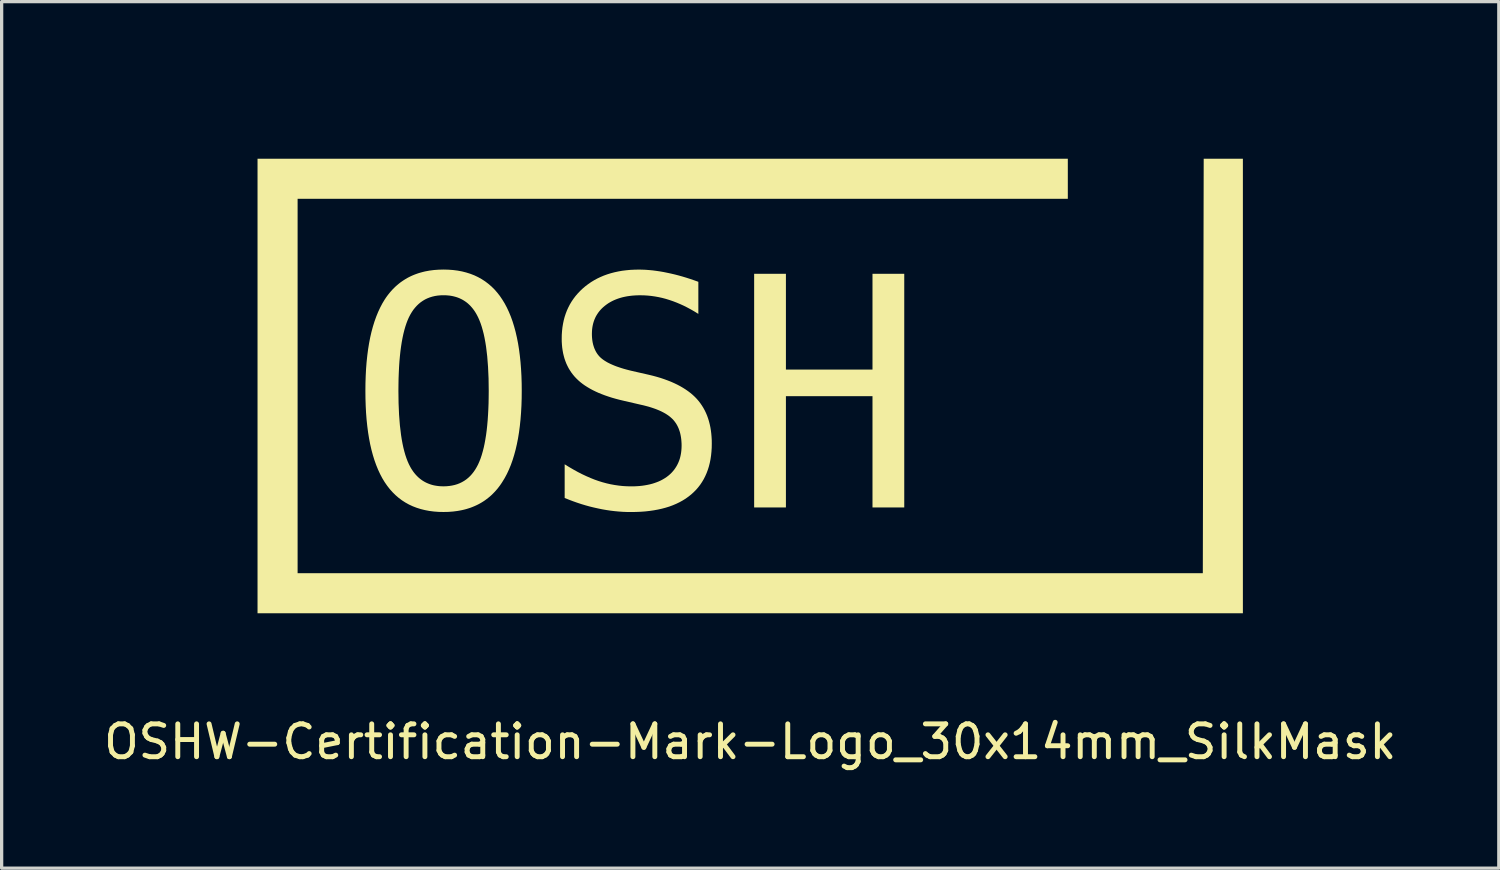
<source format=kicad_pcb>
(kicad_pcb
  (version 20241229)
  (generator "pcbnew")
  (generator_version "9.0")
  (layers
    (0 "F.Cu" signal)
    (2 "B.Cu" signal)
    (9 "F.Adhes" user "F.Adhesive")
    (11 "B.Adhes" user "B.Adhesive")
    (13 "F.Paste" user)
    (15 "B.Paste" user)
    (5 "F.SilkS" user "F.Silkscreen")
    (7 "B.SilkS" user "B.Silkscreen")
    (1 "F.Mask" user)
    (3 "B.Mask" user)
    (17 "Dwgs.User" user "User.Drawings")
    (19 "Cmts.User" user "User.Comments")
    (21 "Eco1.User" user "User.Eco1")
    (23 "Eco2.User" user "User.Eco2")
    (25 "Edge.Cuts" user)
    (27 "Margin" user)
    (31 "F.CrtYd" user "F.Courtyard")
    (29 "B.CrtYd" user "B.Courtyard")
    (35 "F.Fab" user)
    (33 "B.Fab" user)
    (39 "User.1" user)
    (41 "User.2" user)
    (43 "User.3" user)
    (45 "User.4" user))
  (footprint "OSHW-Certification-Mark-Logo_30x14mm_SilkMask"
    (layer "F.Cu")
    (at 19.791 7.778)
    (property "Reference" "OSHW-Certification-Mark-Logo_30x14mm_SilkMask" (at 0.000231 11.756 0) (unlocked yes) (layer "F.SilkS") (effects (font (size 1 1) (thickness 0.15))))
    (attr board_only exclude_from_pos_files exclude_from_bom allow_missing_courtyard)
    (fp_poly (pts (xy 10.152 4.622) (xy 9.242 4.622) (xy 8.274 0.396) (xy 7.312 4.622) (xy 6.402 4.622) (xy 5.339 -2.492) (xy 6.278 -2.492) (xy 6.959 3.283) (xy 7.769 -0.538) (xy 8.775 -0.538) (xy 9.594 3.293) (xy 11.902 -7.778) (xy 12.841 -7.778)) (stroke (width 0) (type solid)) (fill yes) (layer "F.Mask"))
    (fp_poly (pts (xy -6.956 1.072) (xy -6.956 1.072) (xy -6.956 1.072)) (stroke (width 0) (type solid)) (fill yes) (layer "F.SilkS"))
    (fp_poly (pts (xy -1.579 -2.248) (xy -1.579 -2.248) (xy -1.579 -2.248)) (stroke (width 0) (type solid)) (fill yes) (layer "F.SilkS"))
    (fp_poly (pts (xy 15 7.843) (xy -15 7.843) (xy -15 -5.995) (xy -15 -5.995) (xy 9.67 -5.995) (xy 9.67 -4.775) (xy -13.78 -4.775) (xy -13.78 6.623) (xy 13.78 6.623) (xy 13.807 -5.995) (xy 15 -5.995)) (stroke (width 0) (type solid)) (fill yes) (layer "F.SilkS"))
    (fp_poly (pts (xy 1.087 0.424) (xy 3.723 0.424) (xy 3.723 -2.492) (xy 4.69 -2.492) (xy 4.69 4.622) (xy 3.723 4.622) (xy 3.723 1.234) (xy 1.087 1.234) (xy 1.087 4.622) (xy 0.12 4.622) (xy 0.12 -2.492) (xy 1.087 -2.492)) (stroke (width 0) (type solid)) (fill yes) (layer "F.SilkS"))
    (fp_poly (pts (xy -9.19 -2.617) (xy -9.047 -2.607) (xy -8.908 -2.589) (xy -8.774 -2.564) (xy -8.645 -2.531) (xy -8.521 -2.492) (xy -8.402 -2.446) (xy -8.288 -2.392) (xy -8.178 -2.331) (xy -8.073 -2.263) (xy -7.974 -2.188) (xy -7.878 -2.106) (xy -7.788 -2.017) (xy -7.703 -1.92) (xy -7.622 -1.817) (xy -7.547 -1.706) (xy -7.475 -1.588) (xy -7.408 -1.462) (xy -7.346 -1.329) (xy -7.288 -1.189) (xy -7.235 -1.041) (xy -7.187 -0.886) (xy -7.143 -0.724) (xy -7.104 -0.554) (xy -7.069 -0.377) (xy -7.039 -0.192) (xy -7.014 0.00025) (xy -6.993 0.2) (xy -6.977 0.407) (xy -6.965 0.621) (xy -6.958 0.843) (xy -6.956 1.072) (xy -6.958 1.301) (xy -6.965 1.522) (xy -6.977 1.736) (xy -6.993 1.942) (xy -7.014 2.141) (xy -7.039 2.333) (xy -7.069 2.518) (xy -7.104 2.695) (xy -7.143 2.864) (xy -7.187 3.026) (xy -7.235 3.181) (xy -7.288 3.329) (xy -7.346 3.469) (xy -7.408 3.602) (xy -7.475 3.727) (xy -7.547 3.845) (xy -7.584 3.902) (xy -7.622 3.956) (xy -7.662 4.009) (xy -7.703 4.06) (xy -7.745 4.109) (xy -7.788 4.156) (xy -7.833 4.202) (xy -7.878 4.246) (xy -7.925 4.288) (xy -7.974 4.328) (xy -8.023 4.366) (xy -8.073 4.403) (xy -8.125 4.438) (xy -8.178 4.471) (xy -8.232 4.502) (xy -8.288 4.532) (xy -8.344 4.559) (xy -8.402 4.585) (xy -8.461 4.609) (xy -8.521 4.632) (xy -8.583 4.652) (xy -8.645 4.671) (xy -8.709 4.688) (xy -8.774 4.703) (xy -8.841 4.716) (xy -8.908 4.728) (xy -9.047 4.746) (xy -9.19 4.757) (xy -9.338 4.76) (xy -9.487 4.757) (xy -9.63 4.746) (xy -9.769 4.728) (xy -9.902 4.703) (xy -10.031 4.671) (xy -10.155 4.632) (xy -10.275 4.586) (xy -10.389 4.533) (xy -10.499 4.472) (xy -10.603 4.405) (xy -10.703 4.33) (xy -10.798 4.248) (xy -10.888 4.159) (xy -10.974 4.063) (xy -11.054 3.96) (xy -11.13 3.85) (xy -11.201 3.733) (xy -11.267 3.608) (xy -11.329 3.475) (xy -11.386 3.335) (xy -11.439 3.188) (xy -11.487 3.033) (xy -11.531 2.87) (xy -11.57 2.701) (xy -11.604 2.523) (xy -11.634 2.338) (xy -11.659 2.146) (xy -11.68 1.946) (xy -11.696 1.739) (xy -11.707 1.524) (xy -11.714 1.302) (xy -11.716 1.072) (xy -10.711 1.072) (xy -10.706 1.449) (xy -10.691 1.798) (xy -10.666 2.119) (xy -10.631 2.412) (xy -10.61 2.548) (xy -10.586 2.678) (xy -10.56 2.8) (xy -10.531 2.915) (xy -10.5 3.024) (xy -10.466 3.125) (xy -10.43 3.219) (xy -10.391 3.307) (xy -10.349 3.388) (xy -10.327 3.427) (xy -10.304 3.464) (xy -10.28 3.5) (xy -10.256 3.535) (xy -10.23 3.569) (xy -10.204 3.601) (xy -10.177 3.632) (xy -10.149 3.661) (xy -10.121 3.689) (xy -10.092 3.716) (xy -10.061 3.742) (xy -10.03 3.766) (xy -9.999 3.789) (xy -9.966 3.811) (xy -9.933 3.831) (xy -9.899 3.85) (xy -9.864 3.868) (xy -9.828 3.884) (xy -9.792 3.899) (xy -9.755 3.913) (xy -9.716 3.926) (xy -9.678 3.937) (xy -9.638 3.947) (xy -9.598 3.955) (xy -9.556 3.962) (xy -9.514 3.968) (xy -9.472 3.973) (xy -9.428 3.976) (xy -9.338 3.979) (xy -9.248 3.976) (xy -9.161 3.968) (xy -9.078 3.955) (xy -8.997 3.937) (xy -8.92 3.914) (xy -8.846 3.885) (xy -8.776 3.851) (xy -8.708 3.812) (xy -8.644 3.768) (xy -8.583 3.718) (xy -8.525 3.663) (xy -8.471 3.603) (xy -8.42 3.538) (xy -8.372 3.468) (xy -8.327 3.392) (xy -8.285 3.312) (xy -8.246 3.224) (xy -8.209 3.13) (xy -8.175 3.028) (xy -8.144 2.92) (xy -8.114 2.804) (xy -8.088 2.682) (xy -8.064 2.552) (xy -8.042 2.416) (xy -8.023 2.272) (xy -8.007 2.122) (xy -7.993 1.964) (xy -7.982 1.8) (xy -7.973 1.628) (xy -7.966 1.45) (xy -7.963 1.264) (xy -7.961 1.072) (xy -7.966 0.694) (xy -7.982 0.344) (xy -8.007 0.022) (xy -8.042 -0.272) (xy -8.064 -0.408) (xy -8.088 -0.538) (xy -8.114 -0.66) (xy -8.144 -0.776) (xy -8.175 -0.884) (xy -8.209 -0.986) (xy -8.246 -1.08) (xy -8.285 -1.168) (xy -8.327 -1.249) (xy -8.349 -1.288) (xy -8.372 -1.325) (xy -8.395 -1.361) (xy -8.42 -1.396) (xy -8.445 -1.429) (xy -8.471 -1.461) (xy -8.498 -1.492) (xy -8.525 -1.522) (xy -8.554 -1.55) (xy -8.583 -1.577) (xy -8.613 -1.603) (xy -8.644 -1.627) (xy -8.676 -1.65) (xy -8.708 -1.671) (xy -8.742 -1.692) (xy -8.776 -1.711) (xy -8.811 -1.728) (xy -8.846 -1.745) (xy -8.883 -1.76) (xy -8.92 -1.774) (xy -8.958 -1.786) (xy -8.997 -1.797) (xy -9.037 -1.807) (xy -9.078 -1.816) (xy -9.119 -1.823) (xy -9.161 -1.829) (xy -9.204 -1.833) (xy -9.248 -1.837) (xy -9.338 -1.839) (xy -9.428 -1.837) (xy -9.514 -1.829) (xy -9.598 -1.816) (xy -9.678 -1.797) (xy -9.754 -1.774) (xy -9.828 -1.745) (xy -9.899 -1.711) (xy -9.966 -1.671) (xy -10.03 -1.627) (xy -10.091 -1.577) (xy -10.149 -1.522) (xy -10.204 -1.461) (xy -10.256 -1.396) (xy -10.304 -1.325) (xy -10.349 -1.249) (xy -10.391 -1.168) (xy -10.43 -1.08) (xy -10.466 -0.986) (xy -10.5 -0.884) (xy -10.531 -0.776) (xy -10.56 -0.66) (xy -10.586 -0.538) (xy -10.61 -0.408) (xy -10.631 -0.272) (xy -10.65 -0.128) (xy -10.666 0.022) (xy -10.68 0.18) (xy -10.691 0.344) (xy -10.699 0.516) (xy -10.706 0.694) (xy -10.709 0.88) (xy -10.711 1.072) (xy -11.716 1.072) (xy -11.716 1.072) (xy -11.714 0.843) (xy -11.707 0.621) (xy -11.696 0.407) (xy -11.68 0.2) (xy -11.659 0.00025) (xy -11.634 -0.192) (xy -11.604 -0.377) (xy -11.57 -0.554) (xy -11.531 -0.724) (xy -11.487 -0.886) (xy -11.439 -1.041) (xy -11.386 -1.189) (xy -11.329 -1.329) (xy -11.267 -1.462) (xy -11.201 -1.588) (xy -11.13 -1.706) (xy -11.093 -1.762) (xy -11.054 -1.817) (xy -11.014 -1.869) (xy -10.973 -1.92) (xy -10.931 -1.969) (xy -10.887 -2.017) (xy -10.842 -2.062) (xy -10.797 -2.106) (xy -10.749 -2.148) (xy -10.701 -2.188) (xy -10.652 -2.227) (xy -10.601 -2.263) (xy -10.549 -2.298) (xy -10.496 -2.331) (xy -10.442 -2.363) (xy -10.387 -2.392) (xy -10.33 -2.42) (xy -10.272 -2.446) (xy -10.213 -2.47) (xy -10.153 -2.492) (xy -10.092 -2.513) (xy -10.029 -2.531) (xy -9.966 -2.548) (xy -9.901 -2.564) (xy -9.767 -2.589) (xy -9.629 -2.607) (xy -9.486 -2.617) (xy -9.338 -2.621)) (stroke (width 0) (type solid)) (fill yes) (layer "F.SilkS"))
    (fp_poly (pts (xy -3.292 -2.618) (xy -3.187 -2.614) (xy -3.082 -2.606) (xy -2.974 -2.596) (xy -2.866 -2.582) (xy -2.756 -2.566) (xy -2.645 -2.547) (xy -2.532 -2.524) (xy -2.419 -2.5) (xy -2.303 -2.473) (xy -2.186 -2.443) (xy -2.068 -2.41) (xy -1.948 -2.374) (xy -1.827 -2.335) (xy -1.704 -2.293) (xy -1.579 -2.248) (xy -1.579 -1.271) (xy -1.689 -1.339) (xy -1.799 -1.403) (xy -1.909 -1.462) (xy -2.019 -1.518) (xy -2.129 -1.568) (xy -2.24 -1.615) (xy -2.35 -1.657) (xy -2.461 -1.695) (xy -2.571 -1.729) (xy -2.681 -1.758) (xy -2.791 -1.782) (xy -2.902 -1.802) (xy -3.013 -1.818) (xy -3.124 -1.829) (xy -3.235 -1.836) (xy -3.347 -1.838) (xy -3.431 -1.837) (xy -3.513 -1.833) (xy -3.593 -1.827) (xy -3.67 -1.818) (xy -3.745 -1.807) (xy -3.818 -1.793) (xy -3.889 -1.777) (xy -3.957 -1.758) (xy -4.023 -1.737) (xy -4.087 -1.713) (xy -4.149 -1.687) (xy -4.209 -1.658) (xy -4.266 -1.627) (xy -4.321 -1.594) (xy -4.374 -1.557) (xy -4.424 -1.519) (xy -4.472 -1.479) (xy -4.517 -1.437) (xy -4.559 -1.393) (xy -4.597 -1.348) (xy -4.633 -1.3) (xy -4.665 -1.251) (xy -4.695 -1.201) (xy -4.721 -1.148) (xy -4.744 -1.094) (xy -4.764 -1.038) (xy -4.781 -0.981) (xy -4.795 -0.921) (xy -4.806 -0.86) (xy -4.814 -0.797) (xy -4.818 -0.732) (xy -4.82 -0.666) (xy -4.819 -0.608) (xy -4.816 -0.551) (xy -4.811 -0.497) (xy -4.804 -0.444) (xy -4.795 -0.393) (xy -4.784 -0.344) (xy -4.77 -0.296) (xy -4.755 -0.25) (xy -4.738 -0.206) (xy -4.719 -0.164) (xy -4.698 -0.123) (xy -4.675 -0.084) (xy -4.65 -0.047) (xy -4.623 -0.012) (xy -4.594 0.022) (xy -4.562 0.054) (xy -4.528 0.084) (xy -4.49 0.114) (xy -4.448 0.144) (xy -4.403 0.172) (xy -4.355 0.201) (xy -4.303 0.228) (xy -4.247 0.255) (xy -4.188 0.281) (xy -4.126 0.307) (xy -4.06 0.332) (xy -3.99 0.356) (xy -3.917 0.38) (xy -3.841 0.403) (xy -3.761 0.425) (xy -3.677 0.447) (xy -3.59 0.468) (xy -3.085 0.583) (xy -2.962 0.613) (xy -2.844 0.645) (xy -2.729 0.679) (xy -2.619 0.716) (xy -2.513 0.755) (xy -2.411 0.795) (xy -2.314 0.838) (xy -2.22 0.883) (xy -2.131 0.93) (xy -2.047 0.979) (xy -1.966 1.03) (xy -1.89 1.083) (xy -1.818 1.138) (xy -1.75 1.195) (xy -1.686 1.255) (xy -1.627 1.316) (xy -1.572 1.38) (xy -1.52 1.447) (xy -1.472 1.517) (xy -1.427 1.589) (xy -1.386 1.664) (xy -1.348 1.743) (xy -1.314 1.823) (xy -1.284 1.907) (xy -1.257 1.994) (xy -1.234 2.083) (xy -1.214 2.175) (xy -1.198 2.271) (xy -1.186 2.368) (xy -1.177 2.469) (xy -1.171 2.573) (xy -1.17 2.679) (xy -1.172 2.804) (xy -1.18 2.925) (xy -1.192 3.043) (xy -1.209 3.157) (xy -1.231 3.266) (xy -1.258 3.373) (xy -1.29 3.475) (xy -1.327 3.574) (xy -1.369 3.669) (xy -1.415 3.76) (xy -1.467 3.847) (xy -1.523 3.931) (xy -1.585 4.011) (xy -1.651 4.087) (xy -1.723 4.159) (xy -1.799 4.228) (xy -1.88 4.292) (xy -1.965 4.353) (xy -2.055 4.409) (xy -2.149 4.461) (xy -2.248 4.509) (xy -2.351 4.553) (xy -2.458 4.593) (xy -2.571 4.628) (xy -2.687 4.659) (xy -2.808 4.686) (xy -2.934 4.709) (xy -3.064 4.728) (xy -3.198 4.743) (xy -3.337 4.753) (xy -3.481 4.759) (xy -3.628 4.761) (xy -3.754 4.76) (xy -3.879 4.755) (xy -4.004 4.746) (xy -4.13 4.734) (xy -4.256 4.719) (xy -4.382 4.7) (xy -4.508 4.678) (xy -4.634 4.652) (xy -4.76 4.624) (xy -4.887 4.593) (xy -5.013 4.558) (xy -5.14 4.52) (xy -5.267 4.478) (xy -5.394 4.433) (xy -5.521 4.385) (xy -5.649 4.333) (xy -5.649 3.308) (xy -5.513 3.392) (xy -5.379 3.47) (xy -5.247 3.543) (xy -5.116 3.61) (xy -4.988 3.67) (xy -4.862 3.725) (xy -4.737 3.775) (xy -4.615 3.818) (xy -4.492 3.856) (xy -4.369 3.889) (xy -4.246 3.917) (xy -4.123 3.939) (xy -3.999 3.957) (xy -3.876 3.97) (xy -3.752 3.977) (xy -3.628 3.98) (xy -3.539 3.979) (xy -3.451 3.975) (xy -3.366 3.969) (xy -3.284 3.96) (xy -3.204 3.948) (xy -3.127 3.934) (xy -3.053 3.918) (xy -2.98 3.899) (xy -2.911 3.877) (xy -2.844 3.853) (xy -2.779 3.827) (xy -2.717 3.798) (xy -2.658 3.766) (xy -2.601 3.732) (xy -2.546 3.695) (xy -2.494 3.656) (xy -2.445 3.614) (xy -2.399 3.57) (xy -2.357 3.524) (xy -2.317 3.476) (xy -2.281 3.425) (xy -2.248 3.373) (xy -2.218 3.319) (xy -2.191 3.263) (xy -2.167 3.205) (xy -2.146 3.145) (xy -2.129 3.082) (xy -2.115 3.018) (xy -2.104 2.952) (xy -2.096 2.884) (xy -2.091 2.813) (xy -2.089 2.741) (xy -2.09 2.675) (xy -2.094 2.612) (xy -2.099 2.55) (xy -2.107 2.49) (xy -2.117 2.432) (xy -2.129 2.376) (xy -2.143 2.322) (xy -2.16 2.271) (xy -2.178 2.221) (xy -2.199 2.173) (xy -2.222 2.127) (xy -2.247 2.083) (xy -2.275 2.041) (xy -2.305 2) (xy -2.336 1.962) (xy -2.37 1.926) (xy -2.407 1.892) (xy -2.446 1.858) (xy -2.489 1.825) (xy -2.535 1.794) (xy -2.584 1.763) (xy -2.636 1.734) (xy -2.692 1.705) (xy -2.751 1.677) (xy -2.813 1.651) (xy -2.878 1.625) (xy -2.946 1.601) (xy -3.018 1.577) (xy -3.093 1.554) (xy -3.172 1.533) (xy -3.253 1.512) (xy -3.338 1.493) (xy -3.852 1.374) (xy -3.974 1.345) (xy -4.092 1.314) (xy -4.205 1.282) (xy -4.314 1.247) (xy -4.419 1.211) (xy -4.519 1.173) (xy -4.616 1.134) (xy -4.708 1.092) (xy -4.796 1.049) (xy -4.879 1.004) (xy -4.958 0.957) (xy -5.034 0.909) (xy -5.104 0.859) (xy -5.171 0.807) (xy -5.233 0.753) (xy -5.291 0.697) (xy -5.346 0.639) (xy -5.396 0.579) (xy -5.444 0.516) (xy -5.487 0.451) (xy -5.528 0.384) (xy -5.564 0.314) (xy -5.598 0.242) (xy -5.627 0.167) (xy -5.654 0.09) (xy -5.676 0.01) (xy -5.696 -0.072) (xy -5.711 -0.156) (xy -5.724 -0.243) (xy -5.732 -0.332) (xy -5.738 -0.424) (xy -5.739 -0.518) (xy -5.737 -0.636) (xy -5.729 -0.75) (xy -5.717 -0.862) (xy -5.699 -0.971) (xy -5.677 -1.077) (xy -5.65 -1.179) (xy -5.617 -1.279) (xy -5.58 -1.376) (xy -5.537 -1.47) (xy -5.49 -1.561) (xy -5.438 -1.648) (xy -5.38 -1.733) (xy -5.318 -1.815) (xy -5.25 -1.894) (xy -5.178 -1.97) (xy -5.101 -2.043) (xy -5.019 -2.113) (xy -4.933 -2.178) (xy -4.845 -2.239) (xy -4.753 -2.295) (xy -4.658 -2.347) (xy -4.559 -2.394) (xy -4.458 -2.437) (xy -4.353 -2.475) (xy -4.244 -2.509) (xy -4.133 -2.538) (xy -4.018 -2.563) (xy -3.9 -2.584) (xy -3.779 -2.599) (xy -3.654 -2.611) (xy -3.526 -2.617) (xy -3.395 -2.62)) (stroke (width 0) (type solid)) (fill yes) (layer "F.SilkS")))
  (gr_rect
    (start -3 -3)
    (end 42.583 23.383)
    (stroke (width 0.1) (type default))
    (fill no)
    (layer "Edge.Cuts")))
</source>
